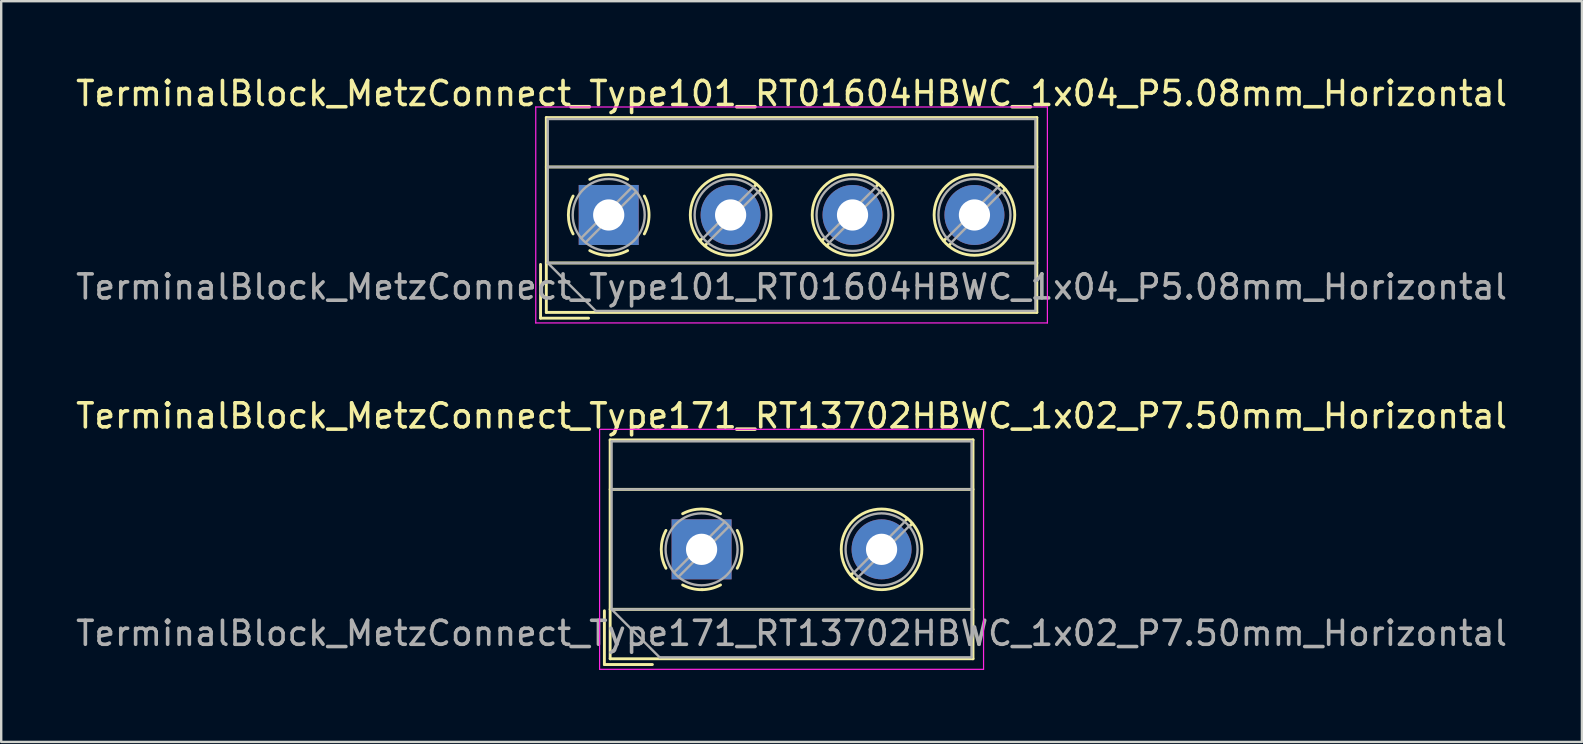
<source format=kicad_pcb>
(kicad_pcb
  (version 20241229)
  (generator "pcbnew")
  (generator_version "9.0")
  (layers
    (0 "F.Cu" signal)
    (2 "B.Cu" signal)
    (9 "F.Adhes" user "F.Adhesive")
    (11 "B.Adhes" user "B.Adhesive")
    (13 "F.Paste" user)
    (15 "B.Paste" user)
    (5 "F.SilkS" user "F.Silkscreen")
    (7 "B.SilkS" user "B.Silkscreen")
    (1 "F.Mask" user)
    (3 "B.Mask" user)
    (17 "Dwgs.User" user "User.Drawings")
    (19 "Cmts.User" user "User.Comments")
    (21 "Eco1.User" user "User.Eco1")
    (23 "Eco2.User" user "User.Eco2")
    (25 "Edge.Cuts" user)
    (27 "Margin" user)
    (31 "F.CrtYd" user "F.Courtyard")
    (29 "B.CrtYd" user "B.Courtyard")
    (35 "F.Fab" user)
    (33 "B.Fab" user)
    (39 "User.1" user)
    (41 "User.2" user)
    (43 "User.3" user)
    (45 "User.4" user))
  (footprint "TerminalBlock_MetzConnect_Type101_RT01604HBWC_1x04_P5.08mm_Horizontal"
    (layer "F.Cu")
    (at 22.315 5.908)
    (property "Reference" "TerminalBlock_MetzConnect_Type101_RT01604HBWC_1x04_P5.08mm_Horizontal" (at 7.62 -5.06 0) (layer "F.SilkS") (effects (font (size 1 1) (thickness 0.15))))
    (attr through_hole)
    (fp_line (start -2.84 2.06) (end -2.84 4.3) (stroke (width 0.12) (type solid)) (layer "F.SilkS"))
    (fp_line (start -2.84 4.3) (end -0.84 4.3) (stroke (width 0.12) (type solid)) (layer "F.SilkS"))
    (fp_line (start -2.6 -4.06) (end -2.6 4.06) (stroke (width 0.12) (type solid)) (layer "F.SilkS"))
    (fp_line (start -2.6 -4.06) (end 17.84 -4.06) (stroke (width 0.12) (type solid)) (layer "F.SilkS"))
    (fp_line (start -2.6 -2) (end 17.84 -2) (stroke (width 0.12) (type solid)) (layer "F.SilkS"))
    (fp_line (start -2.6 2) (end 17.84 2) (stroke (width 0.12) (type solid)) (layer "F.SilkS"))
    (fp_line (start -2.6 4.06) (end 17.84 4.06) (stroke (width 0.12) (type solid)) (layer "F.SilkS"))
    (fp_line (start 3.9 0.976) (end 3.806 1.069) (stroke (width 0.12) (type solid)) (layer "F.SilkS"))
    (fp_line (start 4.07 1.216) (end 4.011 1.274) (stroke (width 0.12) (type solid)) (layer "F.SilkS"))
    (fp_line (start 6.15 -1.275) (end 6.091 -1.216) (stroke (width 0.12) (type solid)) (layer "F.SilkS"))
    (fp_line (start 6.355 -1.069) (end 6.261 -0.976) (stroke (width 0.12) (type solid)) (layer "F.SilkS"))
    (fp_line (start 8.98 0.976) (end 8.886 1.069) (stroke (width 0.12) (type solid)) (layer "F.SilkS"))
    (fp_line (start 9.15 1.216) (end 9.091 1.274) (stroke (width 0.12) (type solid)) (layer "F.SilkS"))
    (fp_line (start 11.23 -1.275) (end 11.171 -1.216) (stroke (width 0.12) (type solid)) (layer "F.SilkS"))
    (fp_line (start 11.435 -1.069) (end 11.341 -0.976) (stroke (width 0.12) (type solid)) (layer "F.SilkS"))
    (fp_line (start 14.06 0.976) (end 13.966 1.069) (stroke (width 0.12) (type solid)) (layer "F.SilkS"))
    (fp_line (start 14.23 1.216) (end 14.171 1.274) (stroke (width 0.12) (type solid)) (layer "F.SilkS"))
    (fp_line (start 16.31 -1.275) (end 16.251 -1.216) (stroke (width 0.12) (type solid)) (layer "F.SilkS"))
    (fp_line (start 16.515 -1.069) (end 16.421 -0.976) (stroke (width 0.12) (type solid)) (layer "F.SilkS"))
    (fp_line (start 17.84 -4.06) (end 17.84 4.06) (stroke (width 0.12) (type solid)) (layer "F.SilkS"))
    (fp_arc (start -1.483953 0.789089) (mid -1.680708 0.00005) (end -1.484 -0.789) (stroke (width 0.12) (type solid)) (layer "F.SilkS"))
    (fp_arc (start -0.789089 -1.483953) (mid -0.00005 -1.680708) (end 0.789 -1.484) (stroke (width 0.12) (type solid)) (layer "F.SilkS"))
    (fp_arc (start 0.029383 1.68045) (mid -0.392304 1.634281) (end -0.789 1.484) (stroke (width 0.12) (type solid)) (layer "F.SilkS"))
    (fp_arc (start 0.788712 1.483352) (mid 0.406429 1.630097) (end 0 1.68) (stroke (width 0.12) (type solid)) (layer "F.SilkS"))
    (fp_arc (start 1.483953 -0.789089) (mid 1.680708 -0.00005) (end 1.484 0.789) (stroke (width 0.12) (type solid)) (layer "F.SilkS"))
    (fp_circle (center 5.08 0) (end 6.76 0) (stroke (width 0.12) (type solid)) (fill no) (layer "F.SilkS"))
    (fp_circle (center 10.16 0) (end 11.84 0) (stroke (width 0.12) (type solid)) (fill no) (layer "F.SilkS"))
    (fp_circle (center 15.24 0) (end 16.92 0) (stroke (width 0.12) (type solid)) (fill no) (layer "F.SilkS"))
    (fp_line (start -3.04 -4.5) (end -3.04 4.5) (stroke (width 0.05) (type solid)) (layer "F.CrtYd"))
    (fp_line (start -3.04 4.5) (end 18.28 4.5) (stroke (width 0.05) (type solid)) (layer "F.CrtYd"))
    (fp_line (start 18.28 -4.5) (end -3.04 -4.5) (stroke (width 0.05) (type solid)) (layer "F.CrtYd"))
    (fp_line (start 18.28 4.5) (end 18.28 -4.5) (stroke (width 0.05) (type solid)) (layer "F.CrtYd"))
    (fp_line (start -2.54 -4) (end 17.78 -4) (stroke (width 0.1) (type solid)) (layer "F.Fab"))
    (fp_line (start -2.54 -2) (end 17.78 -2) (stroke (width 0.1) (type solid)) (layer "F.Fab"))
    (fp_line (start -2.54 2) (end -2.54 -4) (stroke (width 0.1) (type solid)) (layer "F.Fab"))
    (fp_line (start -2.54 2) (end 17.78 2) (stroke (width 0.1) (type solid)) (layer "F.Fab"))
    (fp_line (start -0.54 4) (end -2.54 2) (stroke (width 0.1) (type solid)) (layer "F.Fab"))
    (fp_line (start 0.955 -1.138) (end -1.138 0.955) (stroke (width 0.1) (type solid)) (layer "F.Fab"))
    (fp_line (start 1.138 -0.955) (end -0.955 1.138) (stroke (width 0.1) (type solid)) (layer "F.Fab"))
    (fp_line (start 6.035 -1.138) (end 3.943 0.955) (stroke (width 0.1) (type solid)) (layer "F.Fab"))
    (fp_line (start 6.218 -0.955) (end 4.126 1.138) (stroke (width 0.1) (type solid)) (layer "F.Fab"))
    (fp_line (start 11.115 -1.138) (end 9.023 0.955) (stroke (width 0.1) (type solid)) (layer "F.Fab"))
    (fp_line (start 11.298 -0.955) (end 9.206 1.138) (stroke (width 0.1) (type solid)) (layer "F.Fab"))
    (fp_line (start 16.195 -1.138) (end 14.103 0.955) (stroke (width 0.1) (type solid)) (layer "F.Fab"))
    (fp_line (start 16.378 -0.955) (end 14.286 1.138) (stroke (width 0.1) (type solid)) (layer "F.Fab"))
    (fp_line (start 17.78 -4) (end 17.78 4) (stroke (width 0.1) (type solid)) (layer "F.Fab"))
    (fp_line (start 17.78 4) (end -0.54 4) (stroke (width 0.1) (type solid)) (layer "F.Fab"))
    (fp_circle (center 0 0) (end 1.5 0) (stroke (width 0.1) (type solid)) (fill no) (layer "F.Fab"))
    (fp_circle (center 5.08 0) (end 6.58 0) (stroke (width 0.1) (type solid)) (fill no) (layer "F.Fab"))
    (fp_circle (center 10.16 0) (end 11.66 0) (stroke (width 0.1) (type solid)) (fill no) (layer "F.Fab"))
    (fp_circle (center 15.24 0) (end 16.74 0) (stroke (width 0.1) (type solid)) (fill no) (layer "F.Fab"))
    (fp_text user "${REFERENCE}" (at 7.62 3 0) (layer "F.Fab") (effects (font (size 1 1) (thickness 0.15))))
    (pad "1" thru_hole rect (at 0 0) (size 2.5 2.5) (drill 1.3) (layers "*.Cu" "*.Mask"))
    (pad "2" thru_hole circle (at 5.08 0) (size 2.5 2.5) (drill 1.3) (layers "*.Cu" "*.Mask"))
    (pad "3" thru_hole circle (at 10.16 0) (size 2.5 2.5) (drill 1.3) (layers "*.Cu" "*.Mask"))
    (pad "4" thru_hole circle (at 15.24 0) (size 2.5 2.5) (drill 1.3) (layers "*.Cu" "*.Mask")))
  (footprint "TerminalBlock_MetzConnect_Type171_RT13702HBWC_1x02_P7.50mm_Horizontal"
    (layer "F.Cu")
    (at 26.185 19.841)
    (property "Reference" "TerminalBlock_MetzConnect_Type171_RT13702HBWC_1x02_P7.50mm_Horizontal" (at 3.75 -5.56 0) (layer "F.SilkS") (effects (font (size 1 1) (thickness 0.15))))
    (attr through_hole)
    (fp_line (start -4.05 2.56) (end -4.05 4.8) (stroke (width 0.12) (type solid)) (layer "F.SilkS"))
    (fp_line (start -4.05 4.8) (end -2.05 4.8) (stroke (width 0.12) (type solid)) (layer "F.SilkS"))
    (fp_line (start -3.81 -4.56) (end -3.81 4.56) (stroke (width 0.12) (type solid)) (layer "F.SilkS"))
    (fp_line (start -3.81 -4.56) (end 11.31 -4.56) (stroke (width 0.12) (type solid)) (layer "F.SilkS"))
    (fp_line (start -3.81 -2.5) (end 11.31 -2.5) (stroke (width 0.12) (type solid)) (layer "F.SilkS"))
    (fp_line (start -3.81 2.5) (end 11.31 2.5) (stroke (width 0.12) (type solid)) (layer "F.SilkS"))
    (fp_line (start -3.81 4.56) (end 11.31 4.56) (stroke (width 0.12) (type solid)) (layer "F.SilkS"))
    (fp_line (start 6.32 0.976) (end 6.226 1.069) (stroke (width 0.12) (type solid)) (layer "F.SilkS"))
    (fp_line (start 6.49 1.216) (end 6.431 1.274) (stroke (width 0.12) (type solid)) (layer "F.SilkS"))
    (fp_line (start 8.57 -1.275) (end 8.511 -1.216) (stroke (width 0.12) (type solid)) (layer "F.SilkS"))
    (fp_line (start 8.775 -1.069) (end 8.681 -0.976) (stroke (width 0.12) (type solid)) (layer "F.SilkS"))
    (fp_line (start 11.31 -4.56) (end 11.31 4.56) (stroke (width 0.12) (type solid)) (layer "F.SilkS"))
    (fp_arc (start -1.483953 0.789089) (mid -1.680708 0.00005) (end -1.484 -0.789) (stroke (width 0.12) (type solid)) (layer "F.SilkS"))
    (fp_arc (start -0.789089 -1.483953) (mid -0.00005 -1.680708) (end 0.789 -1.484) (stroke (width 0.12) (type solid)) (layer "F.SilkS"))
    (fp_arc (start 0.029383 1.68045) (mid -0.392304 1.634281) (end -0.789 1.484) (stroke (width 0.12) (type solid)) (layer "F.SilkS"))
    (fp_arc (start 0.788712 1.483352) (mid 0.406429 1.630097) (end 0 1.68) (stroke (width 0.12) (type solid)) (layer "F.SilkS"))
    (fp_arc (start 1.483953 -0.789089) (mid 1.680708 -0.00005) (end 1.484 0.789) (stroke (width 0.12) (type solid)) (layer "F.SilkS"))
    (fp_circle (center 7.5 0) (end 9.18 0) (stroke (width 0.12) (type solid)) (fill no) (layer "F.SilkS"))
    (fp_line (start -4.25 -5) (end -4.25 5) (stroke (width 0.05) (type solid)) (layer "F.CrtYd"))
    (fp_line (start -4.25 5) (end 11.75 5) (stroke (width 0.05) (type solid)) (layer "F.CrtYd"))
    (fp_line (start 11.75 -5) (end -4.25 -5) (stroke (width 0.05) (type solid)) (layer "F.CrtYd"))
    (fp_line (start 11.75 5) (end 11.75 -5) (stroke (width 0.05) (type solid)) (layer "F.CrtYd"))
    (fp_line (start -3.75 -4.5) (end 11.25 -4.5) (stroke (width 0.1) (type solid)) (layer "F.Fab"))
    (fp_line (start -3.75 -2.5) (end 11.25 -2.5) (stroke (width 0.1) (type solid)) (layer "F.Fab"))
    (fp_line (start -3.75 2.5) (end -3.75 -4.5) (stroke (width 0.1) (type solid)) (layer "F.Fab"))
    (fp_line (start -3.75 2.5) (end 11.25 2.5) (stroke (width 0.1) (type solid)) (layer "F.Fab"))
    (fp_line (start -1.75 4.5) (end -3.75 2.5) (stroke (width 0.1) (type solid)) (layer "F.Fab"))
    (fp_line (start 0.955 -1.138) (end -1.138 0.955) (stroke (width 0.1) (type solid)) (layer "F.Fab"))
    (fp_line (start 1.138 -0.955) (end -0.955 1.138) (stroke (width 0.1) (type solid)) (layer "F.Fab"))
    (fp_line (start 8.455 -1.138) (end 6.363 0.955) (stroke (width 0.1) (type solid)) (layer "F.Fab"))
    (fp_line (start 8.638 -0.955) (end 6.546 1.138) (stroke (width 0.1) (type solid)) (layer "F.Fab"))
    (fp_line (start 11.25 -4.5) (end 11.25 4.5) (stroke (width 0.1) (type solid)) (layer "F.Fab"))
    (fp_line (start 11.25 4.5) (end -1.75 4.5) (stroke (width 0.1) (type solid)) (layer "F.Fab"))
    (fp_circle (center 0 0) (end 1.5 0) (stroke (width 0.1) (type solid)) (fill no) (layer "F.Fab"))
    (fp_circle (center 7.5 0) (end 9 0) (stroke (width 0.1) (type solid)) (fill no) (layer "F.Fab"))
    (fp_text user "${REFERENCE}" (at 3.75 3.5 0) (layer "F.Fab") (effects (font (size 1 1) (thickness 0.15))))
    (pad "1" thru_hole rect (at 0 0) (size 2.5 2.5) (drill 1.3) (layers "*.Cu" "*.Mask"))
    (pad "2" thru_hole circle (at 7.5 0) (size 2.5 2.5) (drill 1.3) (layers "*.Cu" "*.Mask")))
  (gr_rect
    (start -3 -3)
    (end 62.869 27.866)
    (stroke (width 0.1) (type default))
    (fill no)
    (layer "Edge.Cuts")))
</source>
